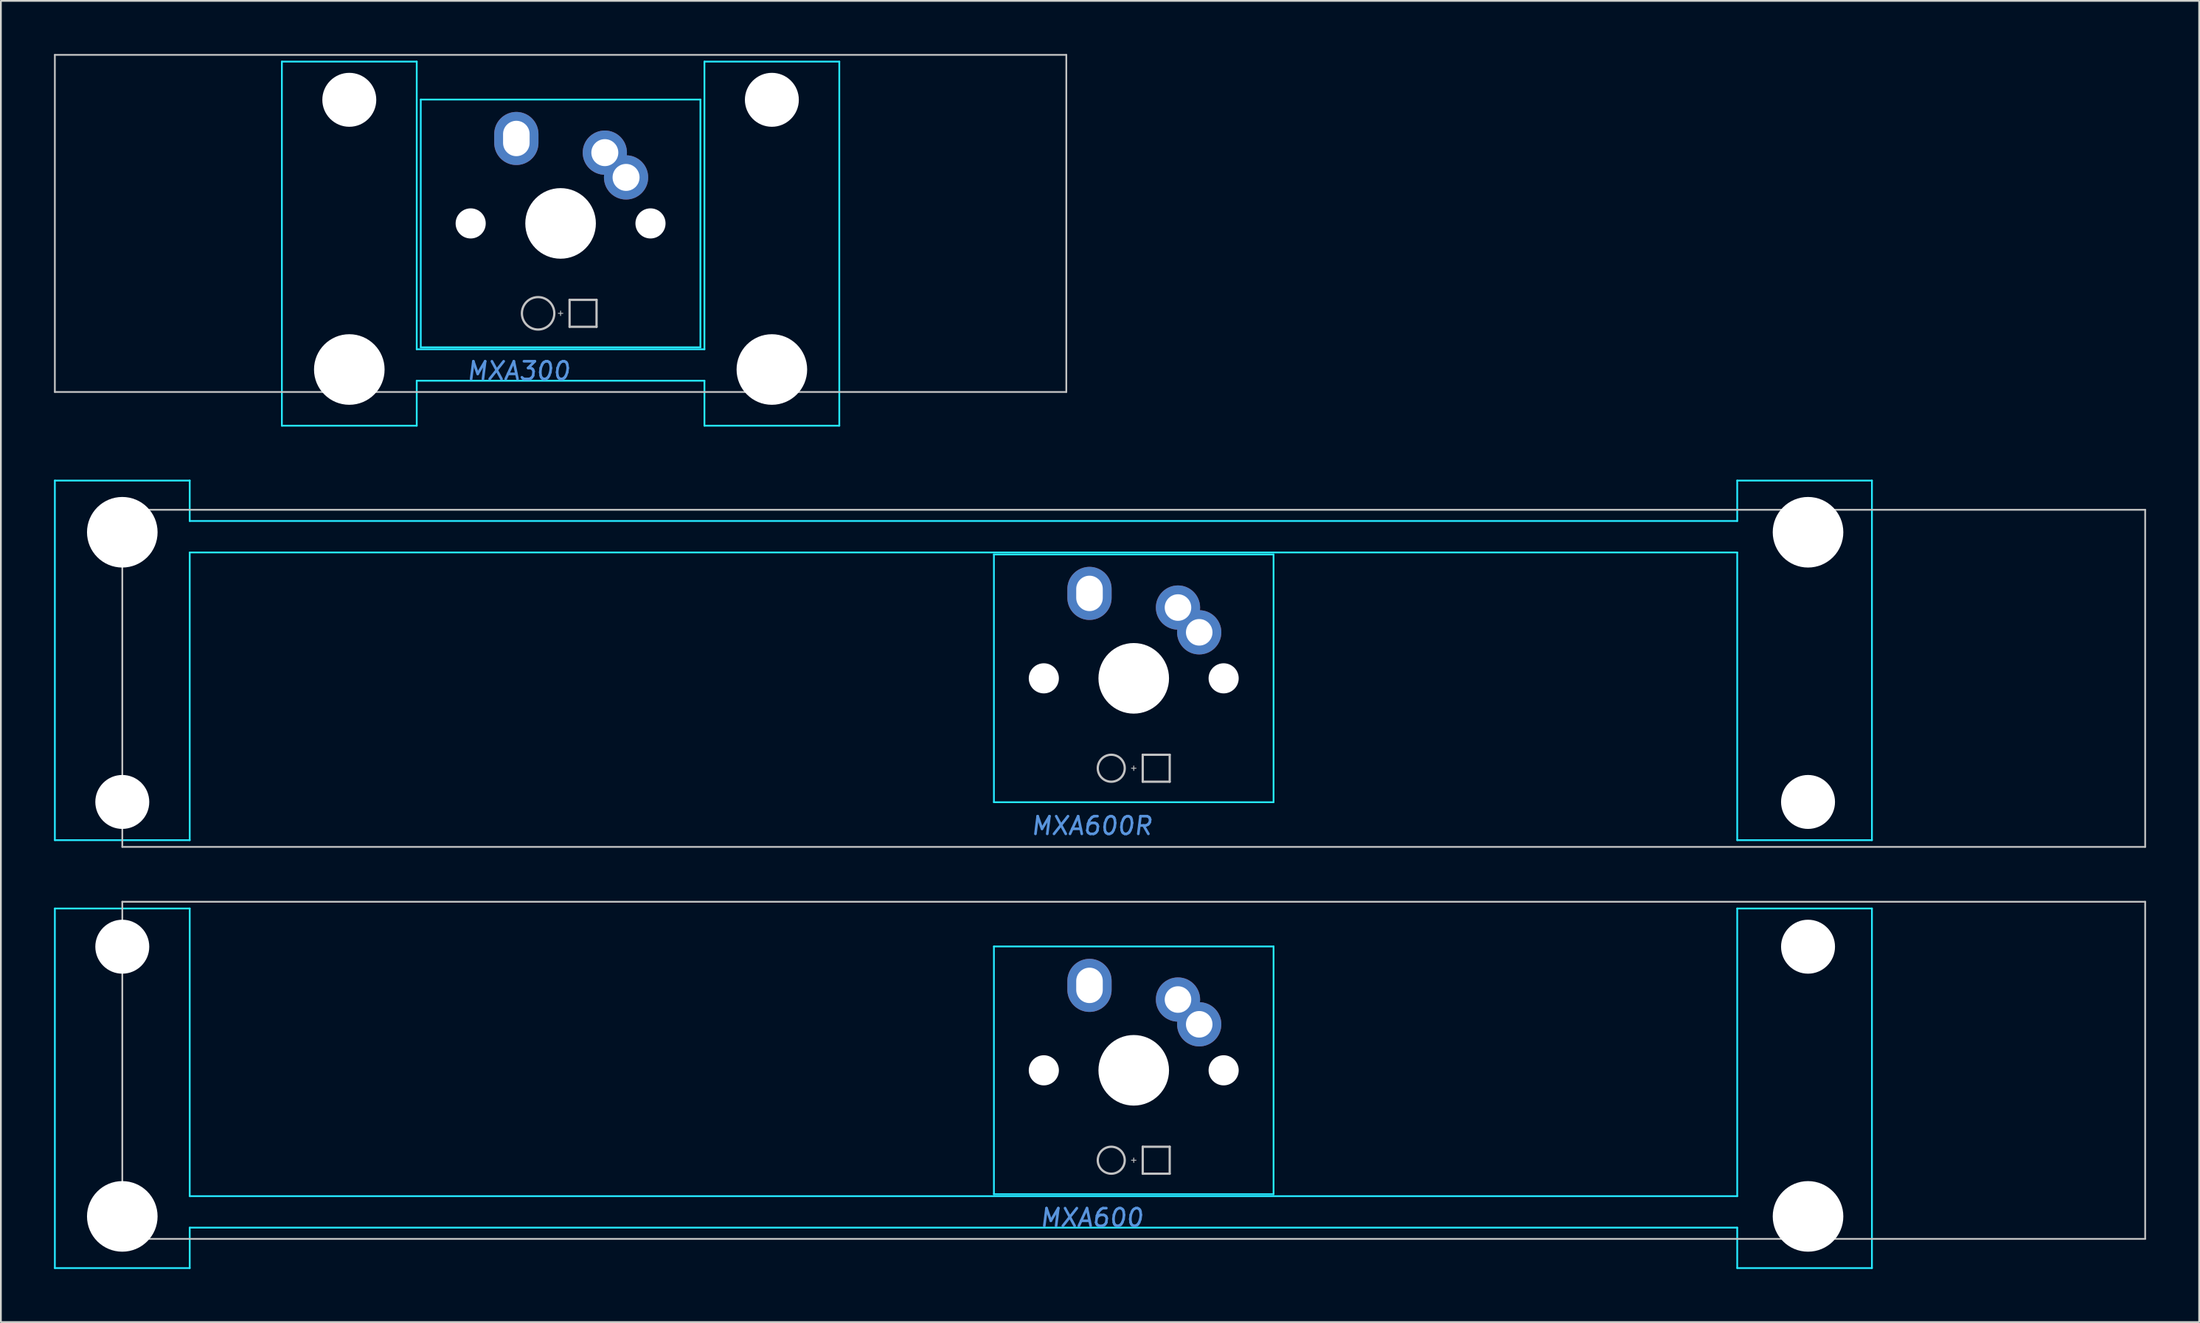
<source format=kicad_pcb>
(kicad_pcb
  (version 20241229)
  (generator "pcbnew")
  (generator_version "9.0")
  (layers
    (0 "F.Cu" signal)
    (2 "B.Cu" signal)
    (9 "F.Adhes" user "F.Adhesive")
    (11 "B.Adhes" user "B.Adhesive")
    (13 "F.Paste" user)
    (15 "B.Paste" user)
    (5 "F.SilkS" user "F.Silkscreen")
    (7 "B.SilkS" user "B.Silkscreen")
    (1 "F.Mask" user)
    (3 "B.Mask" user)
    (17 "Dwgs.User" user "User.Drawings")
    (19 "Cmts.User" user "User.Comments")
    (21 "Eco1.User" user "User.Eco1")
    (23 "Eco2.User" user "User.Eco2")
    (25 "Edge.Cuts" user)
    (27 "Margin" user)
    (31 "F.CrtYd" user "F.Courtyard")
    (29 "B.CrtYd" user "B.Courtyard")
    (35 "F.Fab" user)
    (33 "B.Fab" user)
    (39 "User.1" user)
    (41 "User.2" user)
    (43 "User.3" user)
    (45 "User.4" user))
  (footprint "MXA600R"
    (layer "F.Cu")
    (at 61.01 35.281)
    (property "Reference" "MXA600R" (at -2.381 8.334 0) (layer "Cmts.User") (effects (font (size 1 1) (thickness 0.15) (italic yes))))
    (attr through_hole)
    (fp_line (start -57.15 -9.525) (end -57.15 9.525) (stroke (width 0.1) (type solid)) (layer "Dwgs.User"))
    (fp_line (start -57.15 -9.525) (end 57.15 -9.525) (stroke (width 0.1) (type solid)) (layer "Dwgs.User"))
    (fp_line (start -57.15 9.525) (end 57.15 9.525) (stroke (width 0.1) (type solid)) (layer "Dwgs.User"))
    (fp_line (start -0.127 5.08) (end 0.127 5.08) (stroke (width 0.051) (type solid)) (layer "Dwgs.User"))
    (fp_line (start 0 5.207) (end 0 4.953) (stroke (width 0.051) (type solid)) (layer "Dwgs.User"))
    (fp_line (start 0.508 4.318) (end 0.508 5.842) (stroke (width 0.127) (type solid)) (layer "Dwgs.User"))
    (fp_line (start 0.508 4.318) (end 2.032 4.318) (stroke (width 0.127) (type solid)) (layer "Dwgs.User"))
    (fp_line (start 0.508 5.842) (end 2.032 5.842) (stroke (width 0.127) (type solid)) (layer "Dwgs.User"))
    (fp_line (start 2.032 5.842) (end 2.032 4.318) (stroke (width 0.127) (type solid)) (layer "Dwgs.User"))
    (fp_line (start 57.15 -9.525) (end 57.15 9.525) (stroke (width 0.1) (type solid)) (layer "Dwgs.User"))
    (fp_circle (center -1.27 5.08) (end -0.508 5.08) (stroke (width 0.127) (type solid)) (fill no) (layer "Dwgs.User"))
    (fp_line (start -60.96 -11.176) (end -53.34 -11.176) (stroke (width 0.1) (type solid)) (layer "B.CrtYd"))
    (fp_line (start -60.96 9.144) (end -60.96 -11.176) (stroke (width 0.1) (type solid)) (layer "B.CrtYd"))
    (fp_line (start -60.96 9.144) (end -53.34 9.144) (stroke (width 0.1) (type solid)) (layer "B.CrtYd"))
    (fp_line (start -53.34 -8.89) (end -53.34 -11.176) (stroke (width 0.1) (type solid)) (layer "B.CrtYd"))
    (fp_line (start -53.34 -8.89) (end 34.099 -8.89) (stroke (width 0.1) (type solid)) (layer "B.CrtYd"))
    (fp_line (start -53.34 -7.112) (end -53.34 9.144) (stroke (width 0.1) (type solid)) (layer "B.CrtYd"))
    (fp_line (start -53.34 -7.112) (end 34.099 -7.112) (stroke (width 0.1) (type solid)) (layer "B.CrtYd"))
    (fp_line (start -7.9 -7) (end 7.9 -7) (stroke (width 0.1) (type solid)) (layer "B.CrtYd"))
    (fp_line (start -7.9 7) (end -7.9 -7) (stroke (width 0.1) (type solid)) (layer "B.CrtYd"))
    (fp_line (start -7.9 7) (end 7.9 7) (stroke (width 0.1) (type solid)) (layer "B.CrtYd"))
    (fp_line (start 7.9 7) (end 7.9 -7) (stroke (width 0.1) (type solid)) (layer "B.CrtYd"))
    (fp_line (start 34.099 -11.176) (end 41.71 -11.176) (stroke (width 0.1) (type solid)) (layer "B.CrtYd"))
    (fp_line (start 34.099 -8.89) (end 34.099 -11.176) (stroke (width 0.1) (type solid)) (layer "B.CrtYd"))
    (fp_line (start 34.099 -7.112) (end 34.099 9.144) (stroke (width 0.1) (type solid)) (layer "B.CrtYd"))
    (fp_line (start 34.099 9.144) (end 41.71 9.144) (stroke (width 0.1) (type solid)) (layer "B.CrtYd"))
    (fp_line (start 41.71 9.144) (end 41.71 -11.176) (stroke (width 0.1) (type solid)) (layer "B.CrtYd"))
    (pad "" np_thru_hole circle (at -57.15 -8.255 180) (size 3.988 3.988) (drill 3.988) (layers "*.Cu" "*.Mask"))
    (pad "" np_thru_hole circle (at -57.15 6.985 180) (size 3.048 3.048) (drill 3.048) (layers "*.Cu" "*.Mask"))
    (pad "" np_thru_hole circle (at -5.08 0) (size 1.702 1.702) (drill 1.702) (layers "*.Cu" "*.Mask"))
    (pad "" np_thru_hole circle (at 0 0) (size 3.988 3.988) (drill 3.988) (layers "*.Cu" "*.Mask"))
    (pad "" np_thru_hole circle (at 5.08 0) (size 1.702 1.702) (drill 1.702) (layers "*.Cu" "*.Mask"))
    (pad "" np_thru_hole circle (at 38.1 -8.255 180) (size 3.988 3.988) (drill 3.988) (layers "*.Cu" "*.Mask"))
    (pad "" np_thru_hole circle (at 38.1 6.985 180) (size 3.048 3.048) (drill 3.048) (layers "*.Cu" "*.Mask"))
    (pad "1" thru_hole oval (at -2.5 -4.8) (size 2.5 3) (drill oval 1.5 2) (layers "*.Cu" "*.Mask"))
    (pad "2" thru_hole circle (at 2.5 -4) (size 2.5 2.5) (drill 1.5) (layers "*.Cu" "*.Mask"))
    (pad "2" thru_hole circle (at 3.7 -2.6) (size 2.5 2.5) (drill 1.5) (layers "*.Cu" "*.Mask")))
  (footprint "MXA600"
    (layer "F.Cu")
    (at 61.01 57.431)
    (property "Reference" "MXA600" (at -2.381 8.334 0) (layer "Cmts.User") (effects (font (size 1 1) (thickness 0.15) (italic yes))))
    (attr through_hole)
    (fp_line (start -57.15 -9.525) (end -57.15 9.525) (stroke (width 0.1) (type solid)) (layer "Dwgs.User"))
    (fp_line (start -57.15 -9.525) (end 57.15 -9.525) (stroke (width 0.1) (type solid)) (layer "Dwgs.User"))
    (fp_line (start -57.15 9.525) (end 57.15 9.525) (stroke (width 0.1) (type solid)) (layer "Dwgs.User"))
    (fp_line (start -0.127 5.08) (end 0.127 5.08) (stroke (width 0.051) (type solid)) (layer "Dwgs.User"))
    (fp_line (start 0 5.207) (end 0 4.953) (stroke (width 0.051) (type solid)) (layer "Dwgs.User"))
    (fp_line (start 0.508 4.318) (end 0.508 5.842) (stroke (width 0.127) (type solid)) (layer "Dwgs.User"))
    (fp_line (start 0.508 4.318) (end 2.032 4.318) (stroke (width 0.127) (type solid)) (layer "Dwgs.User"))
    (fp_line (start 0.508 5.842) (end 2.032 5.842) (stroke (width 0.127) (type solid)) (layer "Dwgs.User"))
    (fp_line (start 2.032 5.842) (end 2.032 4.318) (stroke (width 0.127) (type solid)) (layer "Dwgs.User"))
    (fp_line (start 57.15 -9.525) (end 57.15 9.525) (stroke (width 0.1) (type solid)) (layer "Dwgs.User"))
    (fp_circle (center -1.27 5.08) (end -0.508 5.08) (stroke (width 0.127) (type solid)) (fill no) (layer "Dwgs.User"))
    (fp_line (start -60.96 -9.144) (end -60.96 11.176) (stroke (width 0.1) (type solid)) (layer "B.CrtYd"))
    (fp_line (start -60.96 -9.144) (end -53.34 -9.144) (stroke (width 0.1) (type solid)) (layer "B.CrtYd"))
    (fp_line (start -60.96 11.176) (end -53.34 11.176) (stroke (width 0.1) (type solid)) (layer "B.CrtYd"))
    (fp_line (start -53.34 7.112) (end -53.34 -9.144) (stroke (width 0.1) (type solid)) (layer "B.CrtYd"))
    (fp_line (start -53.34 7.112) (end 34.099 7.112) (stroke (width 0.1) (type solid)) (layer "B.CrtYd"))
    (fp_line (start -53.34 8.89) (end -53.34 11.176) (stroke (width 0.1) (type solid)) (layer "B.CrtYd"))
    (fp_line (start -53.34 8.89) (end 34.099 8.89) (stroke (width 0.1) (type solid)) (layer "B.CrtYd"))
    (fp_line (start -7.9 -7) (end 7.9 -7) (stroke (width 0.1) (type solid)) (layer "B.CrtYd"))
    (fp_line (start -7.9 7) (end -7.9 -7) (stroke (width 0.1) (type solid)) (layer "B.CrtYd"))
    (fp_line (start -7.9 7) (end 7.9 7) (stroke (width 0.1) (type solid)) (layer "B.CrtYd"))
    (fp_line (start 7.9 7) (end 7.9 -7) (stroke (width 0.1) (type solid)) (layer "B.CrtYd"))
    (fp_line (start 34.099 -9.144) (end 41.71 -9.144) (stroke (width 0.1) (type solid)) (layer "B.CrtYd"))
    (fp_line (start 34.099 7.112) (end 34.099 -9.144) (stroke (width 0.1) (type solid)) (layer "B.CrtYd"))
    (fp_line (start 34.099 8.89) (end 34.099 11.176) (stroke (width 0.1) (type solid)) (layer "B.CrtYd"))
    (fp_line (start 34.099 11.176) (end 41.71 11.176) (stroke (width 0.1) (type solid)) (layer "B.CrtYd"))
    (fp_line (start 41.71 -9.144) (end 41.71 11.176) (stroke (width 0.1) (type solid)) (layer "B.CrtYd"))
    (pad "" np_thru_hole circle (at -57.15 -6.985 180) (size 3.048 3.048) (drill 3.048) (layers "*.Cu" "*.Mask"))
    (pad "" np_thru_hole circle (at -57.15 8.255 180) (size 3.988 3.988) (drill 3.988) (layers "*.Cu" "*.Mask"))
    (pad "" np_thru_hole circle (at -5.08 0) (size 1.702 1.702) (drill 1.702) (layers "*.Cu" "*.Mask"))
    (pad "" np_thru_hole circle (at 0 0) (size 3.988 3.988) (drill 3.988) (layers "*.Cu" "*.Mask"))
    (pad "" np_thru_hole circle (at 5.08 0) (size 1.702 1.702) (drill 1.702) (layers "*.Cu" "*.Mask"))
    (pad "" np_thru_hole circle (at 38.1 -6.985 180) (size 3.048 3.048) (drill 3.048) (layers "*.Cu" "*.Mask"))
    (pad "" np_thru_hole circle (at 38.1 8.255 180) (size 3.988 3.988) (drill 3.988) (layers "*.Cu" "*.Mask"))
    (pad "1" thru_hole oval (at -2.5 -4.8) (size 2.5 3) (drill oval 1.5 2) (layers "*.Cu" "*.Mask"))
    (pad "2" thru_hole circle (at 2.5 -4) (size 2.5 2.5) (drill 1.5) (layers "*.Cu" "*.Mask"))
    (pad "2" thru_hole circle (at 3.7 -2.6) (size 2.5 2.5) (drill 1.5) (layers "*.Cu" "*.Mask")))
  (footprint "MXA300"
    (layer "F.Cu")
    (at 28.625 9.575)
    (property "Reference" "MXA300" (at -2.381 8.334 0) (layer "Cmts.User") (effects (font (size 1 1) (thickness 0.15) (italic yes))))
    (attr through_hole)
    (fp_line (start -28.575 -9.525) (end -28.575 9.525) (stroke (width 0.1) (type solid)) (layer "Dwgs.User"))
    (fp_line (start -0.127 5.08) (end 0.127 5.08) (stroke (width 0.051) (type solid)) (layer "Dwgs.User"))
    (fp_line (start 0 4.953) (end 0 5.207) (stroke (width 0.051) (type solid)) (layer "Dwgs.User"))
    (fp_line (start 0.508 4.318) (end 0.508 5.842) (stroke (width 0.127) (type solid)) (layer "Dwgs.User"))
    (fp_line (start 0.508 4.318) (end 2.032 4.318) (stroke (width 0.127) (type solid)) (layer "Dwgs.User"))
    (fp_line (start 0.508 5.842) (end 2.032 5.842) (stroke (width 0.127) (type solid)) (layer "Dwgs.User"))
    (fp_line (start 2.032 5.842) (end 2.032 4.318) (stroke (width 0.127) (type solid)) (layer "Dwgs.User"))
    (fp_line (start 28.575 -9.525) (end -28.575 -9.525) (stroke (width 0.1) (type solid)) (layer "Dwgs.User"))
    (fp_line (start 28.575 -9.525) (end 28.575 9.525) (stroke (width 0.1) (type solid)) (layer "Dwgs.User"))
    (fp_line (start 28.575 9.525) (end -28.575 9.525) (stroke (width 0.1) (type solid)) (layer "Dwgs.User"))
    (fp_circle (center -1.27 5.08) (end -0.354 5.08) (stroke (width 0.127) (type solid)) (fill no) (layer "Dwgs.User"))
    (fp_line (start -15.748 -9.144) (end -8.128 -9.144) (stroke (width 0.1) (type solid)) (layer "B.CrtYd"))
    (fp_line (start -15.748 11.43) (end -15.748 -9.144) (stroke (width 0.1) (type solid)) (layer "B.CrtYd"))
    (fp_line (start -8.128 -9.144) (end -8.128 7.112) (stroke (width 0.1) (type solid)) (layer "B.CrtYd"))
    (fp_line (start -8.128 7.112) (end 8.128 7.112) (stroke (width 0.1) (type solid)) (layer "B.CrtYd"))
    (fp_line (start -8.128 8.89) (end 8.128 8.89) (stroke (width 0.1) (type solid)) (layer "B.CrtYd"))
    (fp_line (start -8.128 11.43) (end -15.748 11.43) (stroke (width 0.1) (type solid)) (layer "B.CrtYd"))
    (fp_line (start -8.128 11.43) (end -8.128 8.89) (stroke (width 0.1) (type solid)) (layer "B.CrtYd"))
    (fp_line (start -7.9 -7) (end -7.9 7) (stroke (width 0.1) (type solid)) (layer "B.CrtYd"))
    (fp_line (start 7.9 -7) (end -7.9 -7) (stroke (width 0.1) (type solid)) (layer "B.CrtYd"))
    (fp_line (start 7.9 -7) (end 7.9 7) (stroke (width 0.1) (type solid)) (layer "B.CrtYd"))
    (fp_line (start 7.9 7) (end -7.9 7) (stroke (width 0.1) (type solid)) (layer "B.CrtYd"))
    (fp_line (start 8.128 -9.144) (end 8.128 7.112) (stroke (width 0.1) (type solid)) (layer "B.CrtYd"))
    (fp_line (start 8.128 -9.144) (end 15.748 -9.144) (stroke (width 0.1) (type solid)) (layer "B.CrtYd"))
    (fp_line (start 8.128 11.43) (end 8.128 8.89) (stroke (width 0.1) (type solid)) (layer "B.CrtYd"))
    (fp_line (start 15.748 -9.144) (end 15.748 11.43) (stroke (width 0.1) (type solid)) (layer "B.CrtYd"))
    (fp_line (start 15.748 11.43) (end 8.128 11.43) (stroke (width 0.1) (type solid)) (layer "B.CrtYd"))
    (pad "" np_thru_hole circle (at -11.938 -6.985 180) (size 3.048 3.048) (drill 3.048) (layers "*.Cu" "*.Mask"))
    (pad "" np_thru_hole circle (at -11.938 8.255 180) (size 3.988 3.988) (drill 3.988) (layers "*.Cu" "*.Mask"))
    (pad "" np_thru_hole circle (at -5.08 0) (size 1.702 1.702) (drill 1.702) (layers "*.Cu" "*.Mask"))
    (pad "" np_thru_hole circle (at 0 0) (size 3.988 3.988) (drill 3.988) (layers "*.Cu" "*.Mask"))
    (pad "" np_thru_hole circle (at 5.08 0) (size 1.702 1.702) (drill 1.702) (layers "*.Cu" "*.Mask"))
    (pad "" np_thru_hole circle (at 11.938 -6.985 180) (size 3.048 3.048) (drill 3.048) (layers "*.Cu" "*.Mask"))
    (pad "" np_thru_hole circle (at 11.938 8.255 180) (size 3.988 3.988) (drill 3.988) (layers "*.Cu" "*.Mask"))
    (pad "1" thru_hole oval (at -2.5 -4.8) (size 2.5 3) (drill oval 1.5 2) (layers "*.Cu" "*.Mask"))
    (pad "2" thru_hole circle (at 2.5 -4) (size 2.5 2.5) (drill 1.524) (layers "*.Cu" "*.Mask"))
    (pad "2" thru_hole circle (at 3.7 -2.6) (size 2.5 2.5) (drill 1.524) (layers "*.Cu" "*.Mask")))
  (gr_rect
    (start -3 -3)
    (end 121.21 71.657)
    (stroke (width 0.1) (type default))
    (fill no)
    (layer "Edge.Cuts")))
</source>
